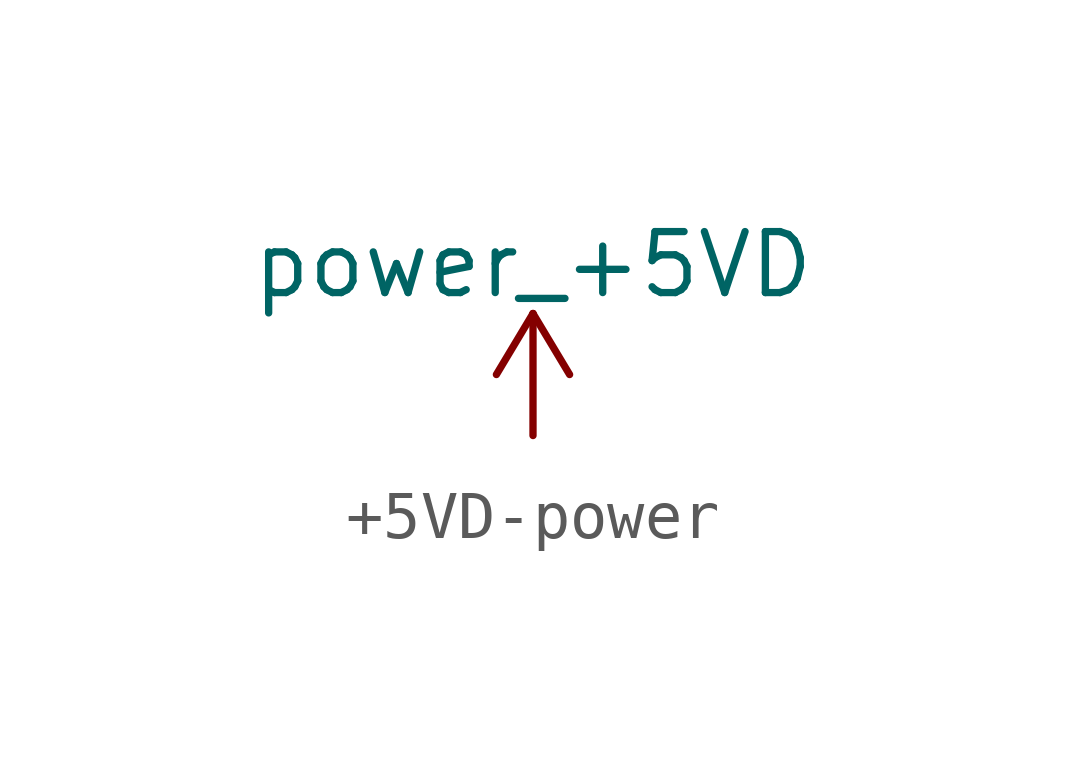
<source format=kicad_sym>
(kicad_symbol_lib
  (version 20231120)
  (generator "kicad_symbol_editor")
  (generator_version "8.0")
  (symbol "+5VD-power"
    (power)
    (pin_names
      (offset 0))
    (property "Reference" "#PWR"
      (at 0 -3.81 0)
      (effects (font (size 1.27 1.27)) (hide yes)))
    (property "Value" "power_+5VD"
      (at 0 3.556 0)
      (effects (font (size 1.27 1.27))))
    (symbol "+5VD-power_0_1"
      (polyline (pts (xy -0.762 1.27) (xy 0 2.54)) (stroke (width 0) (type solid)) (fill (type none)))
      (polyline (pts (xy 0 0) (xy 0 2.54)) (stroke (width 0) (type solid)) (fill (type none)))
      (polyline (pts (xy 0 2.54) (xy 0.762 1.27)) (stroke (width 0) (type solid)) (fill (type none))))
    (symbol "+5VD-power_1_1"
      (pin power_in line (at 0 0 90) (length 0) hide (name "+5VD" (effects (font (size 1.27 1.27)))) (number "1" (effects (font (size 1.27 1.27))))))))
</source>
